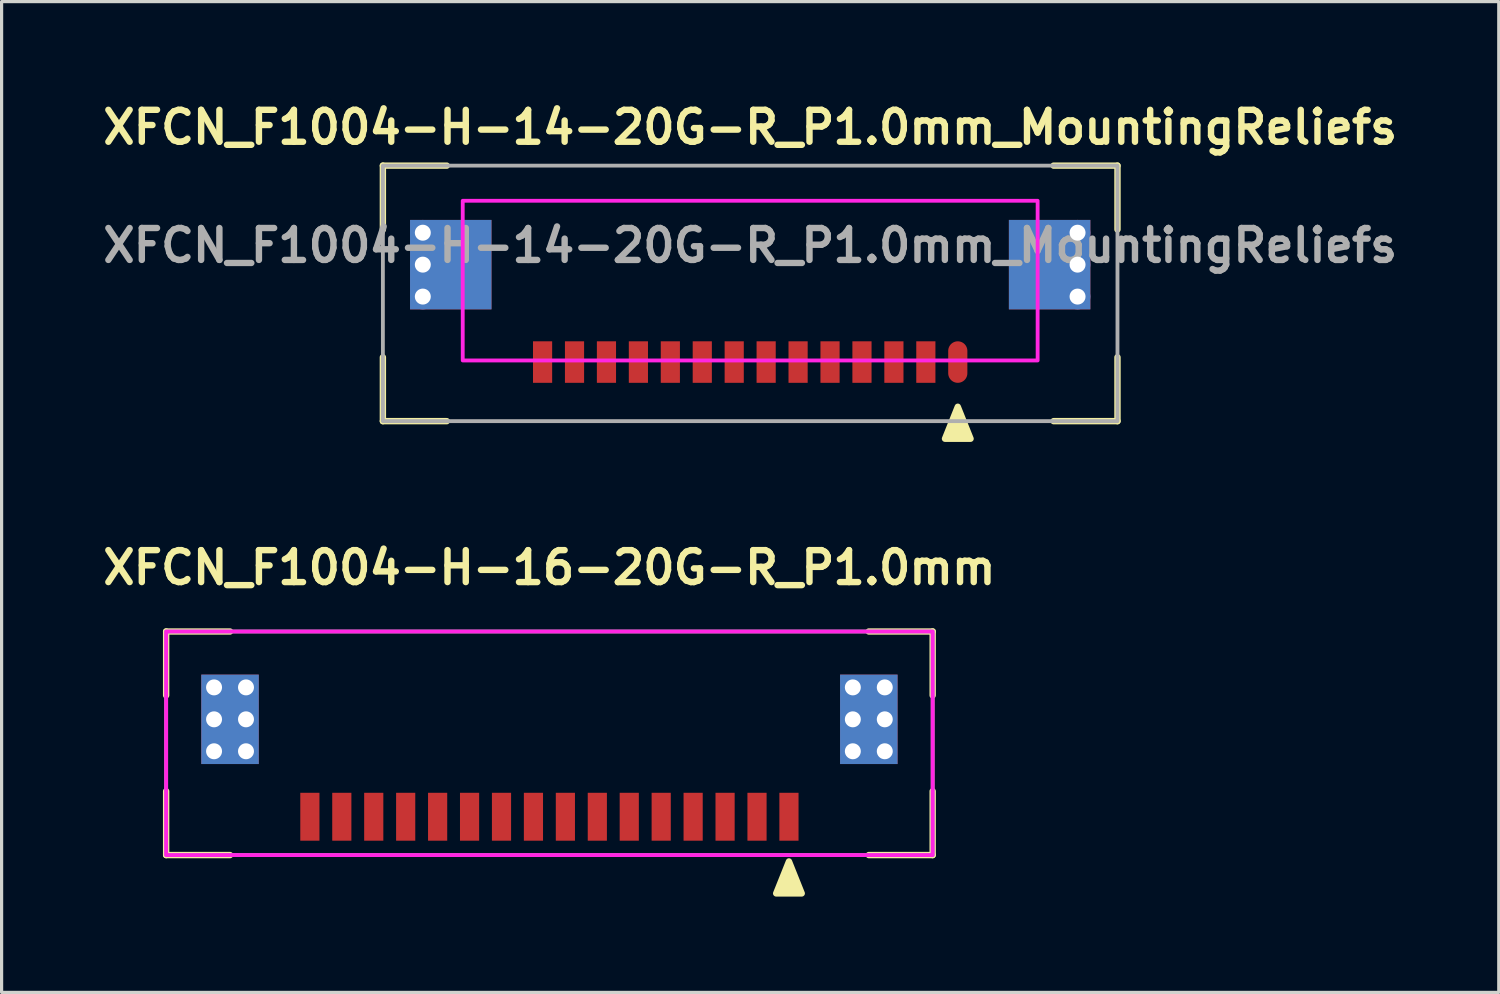
<source format=kicad_pcb>
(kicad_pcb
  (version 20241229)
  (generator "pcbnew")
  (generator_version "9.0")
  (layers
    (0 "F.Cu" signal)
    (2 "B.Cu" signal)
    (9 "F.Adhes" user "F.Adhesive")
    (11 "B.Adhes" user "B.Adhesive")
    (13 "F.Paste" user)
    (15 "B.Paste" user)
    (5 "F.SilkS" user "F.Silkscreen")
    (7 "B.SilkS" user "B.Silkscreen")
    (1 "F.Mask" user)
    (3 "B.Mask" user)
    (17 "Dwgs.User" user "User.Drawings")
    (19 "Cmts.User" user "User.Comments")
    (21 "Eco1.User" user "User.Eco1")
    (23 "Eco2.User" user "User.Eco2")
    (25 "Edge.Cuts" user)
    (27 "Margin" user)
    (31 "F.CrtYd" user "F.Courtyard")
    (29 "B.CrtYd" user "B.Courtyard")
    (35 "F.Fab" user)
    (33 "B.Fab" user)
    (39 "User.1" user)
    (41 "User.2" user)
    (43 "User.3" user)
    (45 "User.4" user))
  (footprint "XFCN_F1004-H-14-20G-R_P1.0mm_MountingReliefs"
    (layer "F.Cu")
    (at 20.438 7.636)
    (property "Reference" "XFCN_F1004-H-14-20G-R_P1.0mm_MountingReliefs" (at 0 -6.7 0) (unlocked yes) (layer "F.SilkS") (effects (font (size 1 1) (thickness 0.2))))
    (attr through_hole)
    (fp_rect (start -8.1 -3.8) (end -9.5 -1) (stroke (width 0.1) (type solid)) (fill yes) (layer "F.Mask"))
    (fp_rect (start 8.1 -1) (end 9.5 -3.8) (stroke (width 0.1) (type solid)) (fill yes) (layer "F.Mask"))
    (fp_line (start -11.5 -5.5) (end -9.5 -5.5) (stroke (width 0.2) (type solid)) (layer "F.SilkS"))
    (fp_line (start -11.5 -3.5) (end -11.5 -5.5) (stroke (width 0.2) (type solid)) (layer "F.SilkS"))
    (fp_line (start -11.5 2.5) (end -11.5 0.5) (stroke (width 0.2) (type solid)) (layer "F.SilkS"))
    (fp_line (start -9.5 2.5) (end -11.5 2.5) (stroke (width 0.2) (type solid)) (layer "F.SilkS"))
    (fp_line (start 9.5 -5.5) (end 11.5 -5.5) (stroke (width 0.2) (type solid)) (layer "F.SilkS"))
    (fp_line (start 11.5 -5.5) (end 11.5 -3.5) (stroke (width 0.2) (type solid)) (layer "F.SilkS"))
    (fp_line (start 11.5 0.5) (end 11.5 2.5) (stroke (width 0.2) (type solid)) (layer "F.SilkS"))
    (fp_line (start 11.5 2.5) (end 9.5 2.5) (stroke (width 0.2) (type solid)) (layer "F.SilkS"))
    (fp_poly (pts (xy 6.9 3.05) (xy 6.1 3.05) (xy 6.5 2.05)) (stroke (width 0.2) (type solid)) (fill yes) (layer "F.SilkS"))
    (fp_rect (start -9 -4.4) (end 9 0.6) (stroke (width 0.12) (type solid)) (fill no) (layer "F.CrtYd"))
    (fp_rect (start -11.5 -5.5) (end 11.5 2.5) (stroke (width 0.12) (type solid)) (fill no) (layer "F.Fab"))
    (fp_text user "${REFERENCE}" (at 0 -3 0) (unlocked yes) (layer "F.Fab") (effects (font (size 1 1) (thickness 0.2))))
    (pad "1" smd oval (at 6.5 0.65 180) (size 0.6 1.3) (layers "F.Cu" "F.Mask" "F.Paste"))
    (pad "2" smd rect (at 5.5 0.65 180) (size 0.6 1.3) (layers "F.Cu" "F.Mask" "F.Paste"))
    (pad "3" smd rect (at 4.5 0.65 180) (size 0.6 1.3) (layers "F.Cu" "F.Mask" "F.Paste"))
    (pad "4" smd rect (at 3.5 0.65 180) (size 0.6 1.3) (layers "F.Cu" "F.Mask" "F.Paste"))
    (pad "5" smd rect (at 2.5 0.65 180) (size 0.6 1.3) (layers "F.Cu" "F.Mask" "F.Paste"))
    (pad "6" smd rect (at 1.5 0.65 180) (size 0.6 1.3) (layers "F.Cu" "F.Mask" "F.Paste"))
    (pad "7" smd rect (at 0.5 0.65 180) (size 0.6 1.3) (layers "F.Cu" "F.Mask" "F.Paste"))
    (pad "8" smd rect (at -0.5 0.65 180) (size 0.6 1.3) (layers "F.Cu" "F.Mask" "F.Paste"))
    (pad "9" smd rect (at -1.5 0.65 180) (size 0.6 1.3) (layers "F.Cu" "F.Mask" "F.Paste"))
    (pad "10" smd rect (at -2.5 0.65 180) (size 0.6 1.3) (layers "F.Cu" "F.Mask" "F.Paste"))
    (pad "11" smd rect (at -3.5 0.65 180) (size 0.6 1.3) (layers "F.Cu" "F.Mask" "F.Paste"))
    (pad "12" smd rect (at -4.5 0.65 180) (size 0.6 1.3) (layers "F.Cu" "F.Mask" "F.Paste"))
    (pad "13" smd rect (at -5.5 0.65 180) (size 0.6 1.3) (layers "F.Cu" "F.Mask" "F.Paste"))
    (pad "14" smd rect (at -6.5 0.65 180) (size 0.6 1.3) (layers "F.Cu" "F.Mask" "F.Paste"))
    (pad "MP" thru_hole circle (at -10.25 -3.4) (size 0.8 0.8) (drill 0.5) (layers "*.Cu"))
    (pad "MP" thru_hole circle (at -10.25 -2.4) (size 0.8 0.8) (drill 0.5) (layers "*.Cu"))
    (pad "MP" thru_hole circle (at -10.25 -1.4) (size 0.8 0.8) (drill 0.5) (layers "*.Cu"))
    (pad "MP" smd rect (at -9.375 -2.4) (size 2.55 2.8) (layers "F.Cu"))
    (pad "MP" smd rect (at -9.375 -2.4) (size 2.55 2.8) (layers "B.Cu"))
    (pad "MP" smd rect (at 9.375 -2.4) (size 2.55 2.8) (layers "F.Cu"))
    (pad "MP" smd rect (at 9.375 -2.4) (size 2.55 2.8) (layers "B.Cu"))
    (pad "MP" thru_hole circle (at 10.25 -3.4) (size 0.8 0.8) (drill 0.5) (layers "*.Cu"))
    (pad "MP" thru_hole circle (at 10.25 -2.4) (size 0.8 0.8) (drill 0.5) (layers "*.Cu"))
    (pad "MP" thru_hole circle (at 10.25 -1.4) (size 0.8 0.8) (drill 0.5) (layers "*.Cu")))
  (footprint "XFCN_F1004-H-16-20G-R_P1.0mm"
    (layer "F.Cu")
    (at 14.152 21.722)
    (property "Reference" "XFCN_F1004-H-16-20G-R_P1.0mm" (at 0 -7 0) (unlocked yes) (layer "F.SilkS") (effects (font (size 1 1) (thickness 0.2))))
    (attr smd)
    (fp_line (start -12 -5) (end -10 -5) (stroke (width 0.2) (type solid)) (layer "F.SilkS"))
    (fp_line (start -12 -3) (end -12 -5) (stroke (width 0.2) (type solid)) (layer "F.SilkS"))
    (fp_line (start -12 2) (end -12 0) (stroke (width 0.2) (type solid)) (layer "F.SilkS"))
    (fp_line (start -10 2) (end -12 2) (stroke (width 0.2) (type solid)) (layer "F.SilkS"))
    (fp_line (start 10 -5) (end 12 -5) (stroke (width 0.2) (type solid)) (layer "F.SilkS"))
    (fp_line (start 12 -5) (end 12 -3) (stroke (width 0.2) (type solid)) (layer "F.SilkS"))
    (fp_line (start 12 0) (end 12 2) (stroke (width 0.2) (type solid)) (layer "F.SilkS"))
    (fp_line (start 12 2) (end 10 2) (stroke (width 0.2) (type solid)) (layer "F.SilkS"))
    (fp_poly (pts (xy 7.9 3.2) (xy 7.1 3.2) (xy 7.5 2.2)) (stroke (width 0.2) (type solid)) (fill yes) (layer "F.SilkS"))
    (fp_rect (start -12 -5) (end 12 2) (stroke (width 0.12) (type solid)) (fill no) (layer "F.CrtYd"))
    (fp_rect (start -12 -5) (end 12 2) (stroke (width 0.12) (type solid)) (fill no) (layer "F.Fab"))
    (pad "1" smd rect (at 7.5 0.8 180) (size 0.6 1.5) (layers "F.Cu" "F.Mask" "F.Paste"))
    (pad "2" smd rect (at 6.5 0.8 180) (size 0.6 1.5) (layers "F.Cu" "F.Mask" "F.Paste"))
    (pad "3" smd rect (at 5.5 0.8 180) (size 0.6 1.5) (layers "F.Cu" "F.Mask" "F.Paste"))
    (pad "4" smd rect (at 4.5 0.8 180) (size 0.6 1.5) (layers "F.Cu" "F.Mask" "F.Paste"))
    (pad "5" smd rect (at 3.5 0.8 180) (size 0.6 1.5) (layers "F.Cu" "F.Mask" "F.Paste"))
    (pad "6" smd rect (at 2.5 0.8 180) (size 0.6 1.5) (layers "F.Cu" "F.Mask" "F.Paste"))
    (pad "7" smd rect (at 1.5 0.8 180) (size 0.6 1.5) (layers "F.Cu" "F.Mask" "F.Paste"))
    (pad "8" smd rect (at 0.5 0.8 180) (size 0.6 1.5) (layers "F.Cu" "F.Mask" "F.Paste"))
    (pad "9" smd rect (at -0.5 0.8 180) (size 0.6 1.5) (layers "F.Cu" "F.Mask" "F.Paste"))
    (pad "10" smd rect (at -1.5 0.8 180) (size 0.6 1.5) (layers "F.Cu" "F.Mask" "F.Paste"))
    (pad "11" smd rect (at -2.5 0.8 180) (size 0.6 1.5) (layers "F.Cu" "F.Mask" "F.Paste"))
    (pad "12" smd rect (at -3.5 0.8 180) (size 0.6 1.5) (layers "F.Cu" "F.Mask" "F.Paste"))
    (pad "13" smd rect (at -4.5 0.8 180) (size 0.6 1.5) (layers "F.Cu" "F.Mask" "F.Paste"))
    (pad "14" smd rect (at -5.5 0.8 180) (size 0.6 1.5) (layers "F.Cu" "F.Mask" "F.Paste"))
    (pad "15" smd rect (at -6.5 0.8 180) (size 0.6 1.5) (layers "F.Cu" "F.Mask" "F.Paste"))
    (pad "16" smd rect (at -7.5 0.8 180) (size 0.6 1.5) (layers "F.Cu" "F.Mask" "F.Paste"))
    (pad "MP" thru_hole circle (at -10.5 -3.25) (size 0.6 0.6) (drill 0.5) (layers "*.Cu" "F.Mask"))
    (pad "MP" thru_hole circle (at -10.5 -2.25) (size 0.6 0.6) (drill 0.5) (layers "*.Cu" "F.Mask"))
    (pad "MP" thru_hole circle (at -10.5 -1.25) (size 0.6 0.6) (drill 0.5) (layers "*.Cu" "F.Mask"))
    (pad "MP" smd rect (at -10 -2.25) (size 1.8 2.8) (layers "F.Cu" "F.Mask" "F.Paste"))
    (pad "MP" smd rect (at -10 -2.25) (size 1.8 2.8) (layers "B.Cu"))
    (pad "MP" thru_hole circle (at -9.5 -3.25) (size 0.6 0.6) (drill 0.5) (layers "*.Cu" "F.Mask"))
    (pad "MP" thru_hole circle (at -9.5 -2.25) (size 0.6 0.6) (drill 0.5) (layers "*.Cu" "F.Mask"))
    (pad "MP" thru_hole circle (at -9.5 -1.25) (size 0.6 0.6) (drill 0.5) (layers "*.Cu" "F.Mask"))
    (pad "MP" thru_hole circle (at 9.5 -3.25) (size 0.6 0.6) (drill 0.5) (layers "*.Cu" "F.Mask"))
    (pad "MP" thru_hole circle (at 9.5 -2.25) (size 0.6 0.6) (drill 0.5) (layers "*.Cu" "F.Mask"))
    (pad "MP" thru_hole circle (at 9.5 -1.25) (size 0.6 0.6) (drill 0.5) (layers "*.Cu" "F.Mask"))
    (pad "MP" smd rect (at 10 -2.25) (size 1.8 2.8) (layers "F.Cu" "F.Mask" "F.Paste"))
    (pad "MP" smd rect (at 10 -2.25) (size 1.8 2.8) (layers "B.Cu"))
    (pad "MP" thru_hole circle (at 10.5 -3.25) (size 0.6 0.6) (drill 0.5) (layers "*.Cu" "F.Mask"))
    (pad "MP" thru_hole circle (at 10.5 -2.25) (size 0.6 0.6) (drill 0.5) (layers "*.Cu" "F.Mask"))
    (pad "MP" thru_hole circle (at 10.5 -1.25) (size 0.6 0.6) (drill 0.5) (layers "*.Cu" "F.Mask")))
  (gr_rect
    (start -3 -3)
    (end 43.876 28.022)
    (stroke (width 0.1) (type default))
    (fill no)
    (layer "Edge.Cuts")))
</source>
